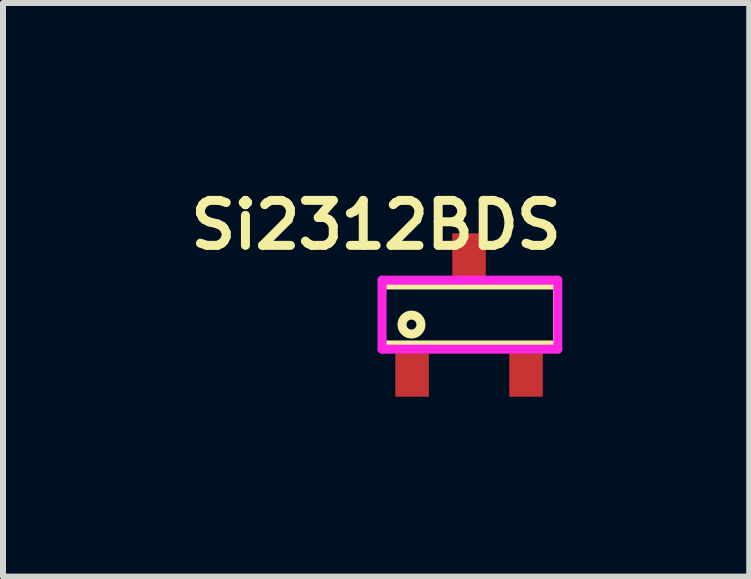
<source format=kicad_pcb>
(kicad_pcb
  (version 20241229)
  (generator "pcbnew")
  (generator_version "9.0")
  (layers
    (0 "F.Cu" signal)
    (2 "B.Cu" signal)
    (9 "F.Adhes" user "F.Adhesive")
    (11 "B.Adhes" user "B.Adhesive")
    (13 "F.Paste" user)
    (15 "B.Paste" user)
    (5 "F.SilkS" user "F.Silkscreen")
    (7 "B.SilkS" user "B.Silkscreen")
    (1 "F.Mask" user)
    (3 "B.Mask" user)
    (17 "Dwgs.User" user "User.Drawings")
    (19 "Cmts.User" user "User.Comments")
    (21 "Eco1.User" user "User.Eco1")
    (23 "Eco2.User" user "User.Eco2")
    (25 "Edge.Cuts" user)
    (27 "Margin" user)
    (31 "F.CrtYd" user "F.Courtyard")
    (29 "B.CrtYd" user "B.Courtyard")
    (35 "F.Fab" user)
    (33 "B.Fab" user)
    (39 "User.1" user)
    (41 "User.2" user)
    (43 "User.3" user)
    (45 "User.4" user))
  (footprint "Si2312BDS"
    (layer "F.Cu")
    (at 3.821 3.202)
    (property "Reference" "Si2312BDS" (at -0.6 -2.5 0) (layer "F.SilkS") (effects (font (size 0.75 0.75) (thickness 0.15))))
    (attr through_hole)
    (fp_line (start -0.5 -1.475) (end -0.5 -0.525) (stroke (width 0.1) (type solid)) (layer "F.SilkS"))
    (fp_line (start -0.5 -0.525) (end 2.4 -0.525) (stroke (width 0.1) (type solid)) (layer "F.SilkS"))
    (fp_line (start 2.4 -1.475) (end -0.5 -1.475) (stroke (width 0.1) (type solid)) (layer "F.SilkS"))
    (fp_line (start 2.4 -0.525) (end 2.4 -1.475) (stroke (width 0.1) (type solid)) (layer "F.SilkS"))
    (fp_circle (center -0.01 -0.84) (end 0.14 -0.79) (stroke (width 0.15) (type solid)) (fill no) (layer "F.SilkS"))
    (fp_line (start -0.5 -1.58) (end -0.5 -0.43) (stroke (width 0.15) (type solid)) (layer "F.CrtYd"))
    (fp_line (start -0.5 -0.43) (end 2.43 -0.43) (stroke (width 0.15) (type solid)) (layer "F.CrtYd"))
    (fp_line (start 2.43 -1.58) (end -0.5 -1.58) (stroke (width 0.15) (type solid)) (layer "F.CrtYd"))
    (fp_line (start 2.43 -0.43) (end 2.43 -1.58) (stroke (width 0.15) (type solid)) (layer "F.CrtYd"))
    (pad "1" smd rect (at 0 0) (size 0.559 0.724) (layers "F.Cu" "F.Mask" "F.Paste"))
    (pad "2" smd rect (at 1.9 0) (size 0.559 0.724) (layers "F.Cu" "F.Mask" "F.Paste"))
    (pad "3" smd rect (at 0.95 -2) (size 0.559 0.724) (layers "F.Cu" "F.Mask" "F.Paste")))
  (gr_rect
    (start -3 -3)
    (end 9.443 6.564)
    (stroke (width 0.1) (type default))
    (fill no)
    (layer "Edge.Cuts")))
</source>
